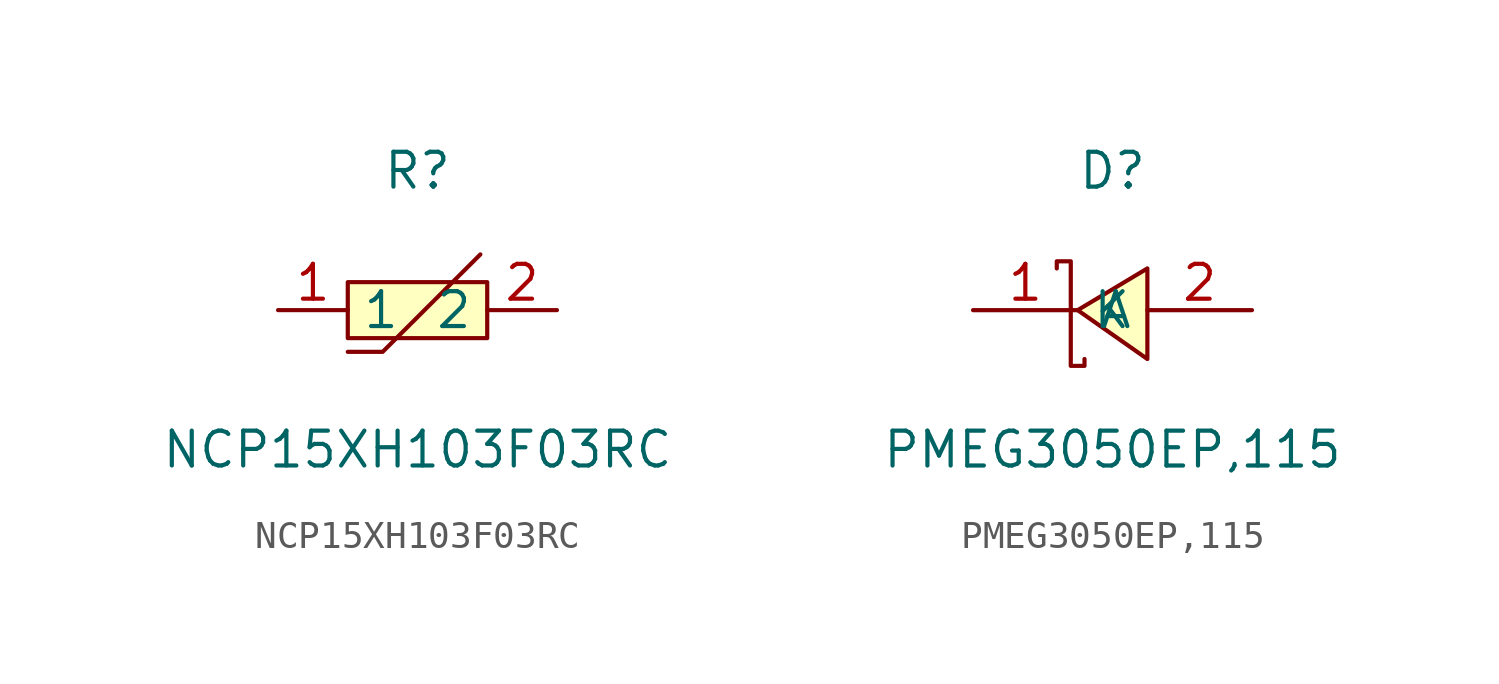
<source format=kicad_sym>
(kicad_symbol_lib
  (version 20241209)
  (generator "kicad_symbol_editor")
  (generator_version "9.0")
  (symbol "NCP15XH103F03RC"
    (property "Reference" "R"
      (at 0 5.08 0)
      (effects (font (size 1.27 1.27))))
    (property "Value" "NCP15XH103F03RC"
      (at 0 -5.08 0)
      (effects (font (size 1.27 1.27))))
    (symbol "NCP15XH103F03RC_0_1"
      (rectangle (start -2.54 1.02) (end 2.54 -1.02) (stroke (width 0) (type default) (color 0 0 0 0)) (fill (type background)))
      (polyline (pts (xy -2.54 -1.52) (xy -1.27 -1.52) (xy 2.29 2.03)) (stroke (width 0) (type default) (color 0 0 0 0)) (fill (type none)))
      (pin input line (at 5.08 -0.00 180) (length 2.54) (name "2" (effects (font (size 1.27 1.27)))) (number "2" (effects (font (size 1.27 1.27)))))
      (pin input line (at -5.08 -0.00 0) (length 2.54) (name "1" (effects (font (size 1.27 1.27)))) (number "1" (effects (font (size 1.27 1.27)))))))
  (symbol "PMEG3050EP,115"
    (property "Reference" "D"
      (at 0 5.08 0)
      (effects (font (size 1.27 1.27))))
    (property "Value" "PMEG3050EP,115"
      (at 0 -5.08 0)
      (effects (font (size 1.27 1.27))))
    (symbol "PMEG3050EP,115_0_1"
      (polyline (pts (xy 1.27 1.52) (xy -1.27 -0.00) (xy 1.27 -1.78) (xy 1.27 1.52)) (stroke (width 0) (type default) (color 0 0 0 0)) (fill (type background)))
      (polyline (pts (xy -2.03 1.52) (xy -2.03 1.78) (xy -1.52 1.78) (xy -1.52 -2.03) (xy -1.02 -2.03) (xy -1.02 -1.78)) (stroke (width 0) (type default) (color 0 0 0 0)) (fill (type none)))
      (pin unspecified line (at -5.08 -0.00 0) (length 3.81) (name "K" (effects (font (size 1.27 1.27)))) (number "1" (effects (font (size 1.27 1.27)))))
      (pin unspecified line (at 5.08 -0.00 180) (length 3.81) (name "A" (effects (font (size 1.27 1.27)))) (number "2" (effects (font (size 1.27 1.27))))))))
</source>
